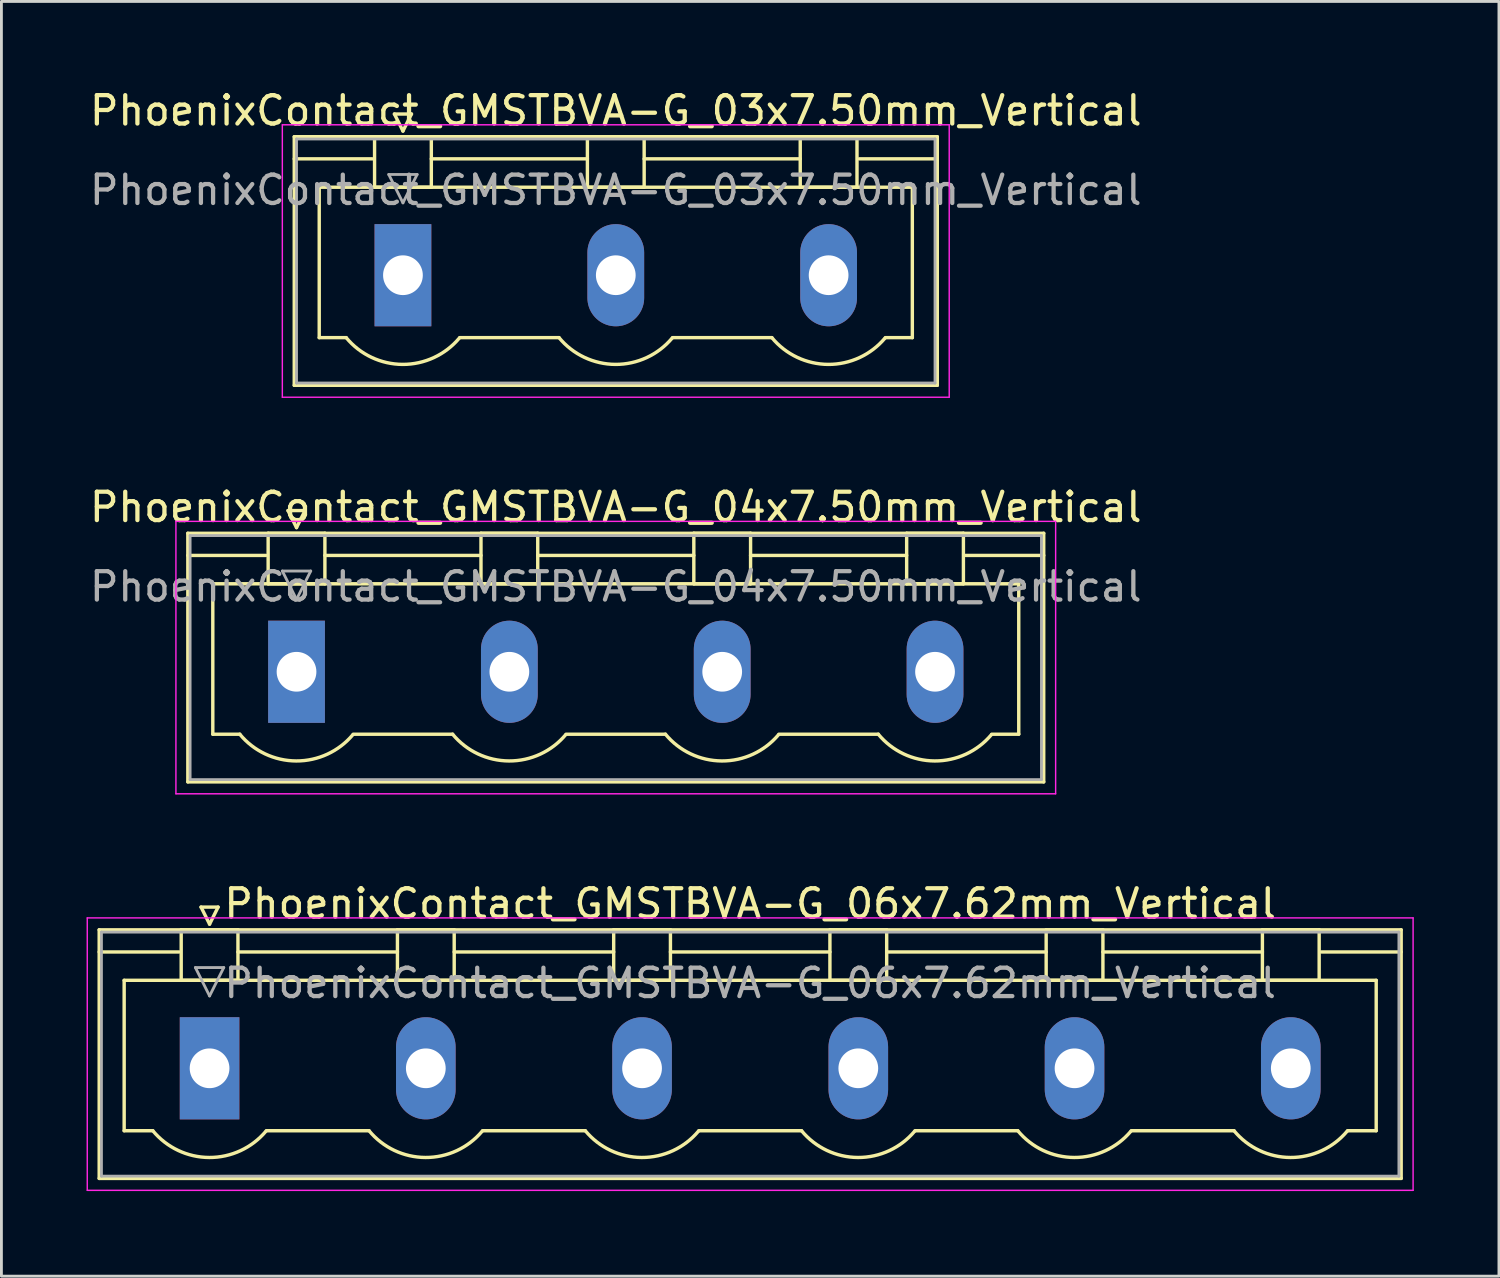
<source format=kicad_pcb>
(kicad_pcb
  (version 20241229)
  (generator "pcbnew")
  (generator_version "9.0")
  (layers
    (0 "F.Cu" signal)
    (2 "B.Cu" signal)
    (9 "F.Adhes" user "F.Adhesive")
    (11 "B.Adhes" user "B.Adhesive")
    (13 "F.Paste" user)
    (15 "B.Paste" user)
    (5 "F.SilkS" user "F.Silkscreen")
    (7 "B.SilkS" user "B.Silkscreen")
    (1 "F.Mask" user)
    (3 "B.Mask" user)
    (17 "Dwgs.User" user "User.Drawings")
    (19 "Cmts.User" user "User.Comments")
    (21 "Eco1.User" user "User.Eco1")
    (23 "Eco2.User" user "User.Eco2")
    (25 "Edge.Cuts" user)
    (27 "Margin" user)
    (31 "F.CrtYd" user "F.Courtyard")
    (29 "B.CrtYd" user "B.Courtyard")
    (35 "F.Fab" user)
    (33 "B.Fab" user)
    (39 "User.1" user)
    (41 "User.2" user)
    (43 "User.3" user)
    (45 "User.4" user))
  (footprint "PhoenixContact_GMSTBVA-G_03x7.50mm_Vertical"
    (layer "F.Cu")
    (at 11.149 6.648)
    (property "Reference" "PhoenixContact_GMSTBVA-G_03x7.50mm_Vertical" (at 7.5 -5.8 0) (layer "F.SilkS") (effects (font (size 1 1) (thickness 0.15))))
    (attr through_hole)
    (fp_line (start -3.83 -4.88) (end -3.83 3.88) (stroke (width 0.12) (type solid)) (layer "F.SilkS"))
    (fp_line (start -3.83 -4.1) (end -1.08 -4.1) (stroke (width 0.12) (type solid)) (layer "F.SilkS"))
    (fp_line (start -3.83 3.88) (end 18.83 3.88) (stroke (width 0.12) (type solid)) (layer "F.SilkS"))
    (fp_line (start -2.95 -3.1) (end 17.95 -3.1) (stroke (width 0.12) (type solid)) (layer "F.SilkS"))
    (fp_line (start -2.95 2.2) (end -2.95 -3.1) (stroke (width 0.12) (type solid)) (layer "F.SilkS"))
    (fp_line (start -2 2.2) (end -2.95 2.2) (stroke (width 0.12) (type solid)) (layer "F.SilkS"))
    (fp_line (start -1 -4.88) (end 1 -4.88) (stroke (width 0.12) (type solid)) (layer "F.SilkS"))
    (fp_line (start -1 -3.1) (end -1 -4.88) (stroke (width 0.12) (type solid)) (layer "F.SilkS"))
    (fp_line (start -0.3 -5.68) (end 0.3 -5.68) (stroke (width 0.12) (type solid)) (layer "F.SilkS"))
    (fp_line (start 0 -5.08) (end -0.3 -5.68) (stroke (width 0.12) (type solid)) (layer "F.SilkS"))
    (fp_line (start 0.3 -5.68) (end 0 -5.08) (stroke (width 0.12) (type solid)) (layer "F.SilkS"))
    (fp_line (start 1 -4.88) (end 1 -3.1) (stroke (width 0.12) (type solid)) (layer "F.SilkS"))
    (fp_line (start 1 -4.1) (end 6.5 -4.1) (stroke (width 0.12) (type solid)) (layer "F.SilkS"))
    (fp_line (start 1 -3.1) (end -1 -3.1) (stroke (width 0.12) (type solid)) (layer "F.SilkS"))
    (fp_line (start 2 2.2) (end 5.5 2.2) (stroke (width 0.12) (type solid)) (layer "F.SilkS"))
    (fp_line (start 6.5 -4.88) (end 8.5 -4.88) (stroke (width 0.12) (type solid)) (layer "F.SilkS"))
    (fp_line (start 6.5 -3.1) (end 6.5 -4.88) (stroke (width 0.12) (type solid)) (layer "F.SilkS"))
    (fp_line (start 8.5 -4.88) (end 8.5 -3.1) (stroke (width 0.12) (type solid)) (layer "F.SilkS"))
    (fp_line (start 8.5 -4.1) (end 14 -4.1) (stroke (width 0.12) (type solid)) (layer "F.SilkS"))
    (fp_line (start 8.5 -3.1) (end 6.5 -3.1) (stroke (width 0.12) (type solid)) (layer "F.SilkS"))
    (fp_line (start 9.5 2.2) (end 13 2.2) (stroke (width 0.12) (type solid)) (layer "F.SilkS"))
    (fp_line (start 14 -4.88) (end 16 -4.88) (stroke (width 0.12) (type solid)) (layer "F.SilkS"))
    (fp_line (start 14 -3.1) (end 14 -4.88) (stroke (width 0.12) (type solid)) (layer "F.SilkS"))
    (fp_line (start 16 -4.88) (end 16 -3.1) (stroke (width 0.12) (type solid)) (layer "F.SilkS"))
    (fp_line (start 16 -3.1) (end 14 -3.1) (stroke (width 0.12) (type solid)) (layer "F.SilkS"))
    (fp_line (start 17.95 -3.1) (end 17.95 2.2) (stroke (width 0.12) (type solid)) (layer "F.SilkS"))
    (fp_line (start 17.95 2.2) (end 17 2.2) (stroke (width 0.12) (type solid)) (layer "F.SilkS"))
    (fp_line (start 18.83 -4.88) (end -3.83 -4.88) (stroke (width 0.12) (type solid)) (layer "F.SilkS"))
    (fp_line (start 18.83 -4.1) (end 16.08 -4.1) (stroke (width 0.12) (type solid)) (layer "F.SilkS"))
    (fp_line (start 18.83 3.88) (end 18.83 -4.88) (stroke (width 0.12) (type solid)) (layer "F.SilkS"))
    (fp_arc (start 1.986842 2.215821) (mid -0.010289 3.142758) (end -2 2.2) (stroke (width 0.12) (type solid)) (layer "F.SilkS"))
    (fp_arc (start 9.486842 2.215821) (mid 7.489711 3.142758) (end 5.5 2.2) (stroke (width 0.12) (type solid)) (layer "F.SilkS"))
    (fp_arc (start 16.986842 2.215821) (mid 14.989711 3.142758) (end 13 2.2) (stroke (width 0.12) (type solid)) (layer "F.SilkS"))
    (fp_line (start -4.25 -5.3) (end -4.25 4.3) (stroke (width 0.05) (type solid)) (layer "F.CrtYd"))
    (fp_line (start -4.25 4.3) (end 19.25 4.3) (stroke (width 0.05) (type solid)) (layer "F.CrtYd"))
    (fp_line (start 19.25 -5.3) (end -4.25 -5.3) (stroke (width 0.05) (type solid)) (layer "F.CrtYd"))
    (fp_line (start 19.25 4.3) (end 19.25 -5.3) (stroke (width 0.05) (type solid)) (layer "F.CrtYd"))
    (fp_line (start -3.75 -4.8) (end -3.75 3.8) (stroke (width 0.1) (type solid)) (layer "F.Fab"))
    (fp_line (start -3.75 3.8) (end 18.75 3.8) (stroke (width 0.1) (type solid)) (layer "F.Fab"))
    (fp_line (start -0.5 -3.55) (end 0.5 -3.55) (stroke (width 0.1) (type solid)) (layer "F.Fab"))
    (fp_line (start 0 -2.55) (end -0.5 -3.55) (stroke (width 0.1) (type solid)) (layer "F.Fab"))
    (fp_line (start 0.5 -3.55) (end 0 -2.55) (stroke (width 0.1) (type solid)) (layer "F.Fab"))
    (fp_line (start 18.75 -4.8) (end -3.75 -4.8) (stroke (width 0.1) (type solid)) (layer "F.Fab"))
    (fp_line (start 18.75 3.8) (end 18.75 -4.8) (stroke (width 0.1) (type solid)) (layer "F.Fab"))
    (fp_text user "${REFERENCE}" (at 7.5 -3 0) (layer "F.Fab") (effects (font (size 1 1) (thickness 0.15))))
    (pad "1" thru_hole rect (at 0 0) (size 2 3.6) (drill 1.4) (layers "*.Cu" "*.Mask"))
    (pad "2" thru_hole oval (at 7.5 0) (size 2 3.6) (drill 1.4) (layers "*.Cu" "*.Mask"))
    (pad "3" thru_hole oval (at 15 0) (size 2 3.6) (drill 1.4) (layers "*.Cu" "*.Mask")))
  (footprint "PhoenixContact_GMSTBVA-G_06x7.62mm_Vertical"
    (layer "F.Cu")
    (at 4.335 34.595)
    (property "Reference" "PhoenixContact_GMSTBVA-G_06x7.62mm_Vertical" (at 19.05 -5.8 0) (layer "F.SilkS") (effects (font (size 1 1) (thickness 0.15))))
    (attr through_hole)
    (fp_line (start -3.89 -4.88) (end -3.89 3.88) (stroke (width 0.12) (type solid)) (layer "F.SilkS"))
    (fp_line (start -3.89 -4.1) (end -1.08 -4.1) (stroke (width 0.12) (type solid)) (layer "F.SilkS"))
    (fp_line (start -3.89 3.88) (end 41.99 3.88) (stroke (width 0.12) (type solid)) (layer "F.SilkS"))
    (fp_line (start -3.01 -3.1) (end 41.11 -3.1) (stroke (width 0.12) (type solid)) (layer "F.SilkS"))
    (fp_line (start -3.01 2.2) (end -3.01 -3.1) (stroke (width 0.12) (type solid)) (layer "F.SilkS"))
    (fp_line (start -2 2.2) (end -3.01 2.2) (stroke (width 0.12) (type solid)) (layer "F.SilkS"))
    (fp_line (start -1 -4.88) (end 1 -4.88) (stroke (width 0.12) (type solid)) (layer "F.SilkS"))
    (fp_line (start -1 -3.1) (end -1 -4.88) (stroke (width 0.12) (type solid)) (layer "F.SilkS"))
    (fp_line (start -0.3 -5.68) (end 0.3 -5.68) (stroke (width 0.12) (type solid)) (layer "F.SilkS"))
    (fp_line (start 0 -5.08) (end -0.3 -5.68) (stroke (width 0.12) (type solid)) (layer "F.SilkS"))
    (fp_line (start 0.3 -5.68) (end 0 -5.08) (stroke (width 0.12) (type solid)) (layer "F.SilkS"))
    (fp_line (start 1 -4.88) (end 1 -3.1) (stroke (width 0.12) (type solid)) (layer "F.SilkS"))
    (fp_line (start 1 -4.1) (end 6.62 -4.1) (stroke (width 0.12) (type solid)) (layer "F.SilkS"))
    (fp_line (start 1 -3.1) (end -1 -3.1) (stroke (width 0.12) (type solid)) (layer "F.SilkS"))
    (fp_line (start 2 2.2) (end 5.62 2.2) (stroke (width 0.12) (type solid)) (layer "F.SilkS"))
    (fp_line (start 6.62 -4.88) (end 8.62 -4.88) (stroke (width 0.12) (type solid)) (layer "F.SilkS"))
    (fp_line (start 6.62 -3.1) (end 6.62 -4.88) (stroke (width 0.12) (type solid)) (layer "F.SilkS"))
    (fp_line (start 8.62 -4.88) (end 8.62 -3.1) (stroke (width 0.12) (type solid)) (layer "F.SilkS"))
    (fp_line (start 8.62 -4.1) (end 14.24 -4.1) (stroke (width 0.12) (type solid)) (layer "F.SilkS"))
    (fp_line (start 8.62 -3.1) (end 6.62 -3.1) (stroke (width 0.12) (type solid)) (layer "F.SilkS"))
    (fp_line (start 9.62 2.2) (end 13.24 2.2) (stroke (width 0.12) (type solid)) (layer "F.SilkS"))
    (fp_line (start 14.24 -4.88) (end 16.24 -4.88) (stroke (width 0.12) (type solid)) (layer "F.SilkS"))
    (fp_line (start 14.24 -3.1) (end 14.24 -4.88) (stroke (width 0.12) (type solid)) (layer "F.SilkS"))
    (fp_line (start 16.24 -4.88) (end 16.24 -3.1) (stroke (width 0.12) (type solid)) (layer "F.SilkS"))
    (fp_line (start 16.24 -4.1) (end 21.86 -4.1) (stroke (width 0.12) (type solid)) (layer "F.SilkS"))
    (fp_line (start 16.24 -3.1) (end 14.24 -3.1) (stroke (width 0.12) (type solid)) (layer "F.SilkS"))
    (fp_line (start 17.24 2.2) (end 20.86 2.2) (stroke (width 0.12) (type solid)) (layer "F.SilkS"))
    (fp_line (start 21.86 -4.88) (end 23.86 -4.88) (stroke (width 0.12) (type solid)) (layer "F.SilkS"))
    (fp_line (start 21.86 -3.1) (end 21.86 -4.88) (stroke (width 0.12) (type solid)) (layer "F.SilkS"))
    (fp_line (start 23.86 -4.88) (end 23.86 -3.1) (stroke (width 0.12) (type solid)) (layer "F.SilkS"))
    (fp_line (start 23.86 -4.1) (end 29.48 -4.1) (stroke (width 0.12) (type solid)) (layer "F.SilkS"))
    (fp_line (start 23.86 -3.1) (end 21.86 -3.1) (stroke (width 0.12) (type solid)) (layer "F.SilkS"))
    (fp_line (start 24.86 2.2) (end 28.48 2.2) (stroke (width 0.12) (type solid)) (layer "F.SilkS"))
    (fp_line (start 29.48 -4.88) (end 31.48 -4.88) (stroke (width 0.12) (type solid)) (layer "F.SilkS"))
    (fp_line (start 29.48 -3.1) (end 29.48 -4.88) (stroke (width 0.12) (type solid)) (layer "F.SilkS"))
    (fp_line (start 31.48 -4.88) (end 31.48 -3.1) (stroke (width 0.12) (type solid)) (layer "F.SilkS"))
    (fp_line (start 31.48 -4.1) (end 37.1 -4.1) (stroke (width 0.12) (type solid)) (layer "F.SilkS"))
    (fp_line (start 31.48 -3.1) (end 29.48 -3.1) (stroke (width 0.12) (type solid)) (layer "F.SilkS"))
    (fp_line (start 32.48 2.2) (end 36.1 2.2) (stroke (width 0.12) (type solid)) (layer "F.SilkS"))
    (fp_line (start 37.1 -4.88) (end 39.1 -4.88) (stroke (width 0.12) (type solid)) (layer "F.SilkS"))
    (fp_line (start 37.1 -3.1) (end 37.1 -4.88) (stroke (width 0.12) (type solid)) (layer "F.SilkS"))
    (fp_line (start 39.1 -4.88) (end 39.1 -3.1) (stroke (width 0.12) (type solid)) (layer "F.SilkS"))
    (fp_line (start 39.1 -3.1) (end 37.1 -3.1) (stroke (width 0.12) (type solid)) (layer "F.SilkS"))
    (fp_line (start 41.11 -3.1) (end 41.11 2.2) (stroke (width 0.12) (type solid)) (layer "F.SilkS"))
    (fp_line (start 41.11 2.2) (end 40.1 2.2) (stroke (width 0.12) (type solid)) (layer "F.SilkS"))
    (fp_line (start 41.99 -4.88) (end -3.89 -4.88) (stroke (width 0.12) (type solid)) (layer "F.SilkS"))
    (fp_line (start 41.99 -4.1) (end 39.18 -4.1) (stroke (width 0.12) (type solid)) (layer "F.SilkS"))
    (fp_line (start 41.99 3.88) (end 41.99 -4.88) (stroke (width 0.12) (type solid)) (layer "F.SilkS"))
    (fp_arc (start 1.986842 2.215821) (mid -0.010289 3.142758) (end -2 2.2) (stroke (width 0.12) (type solid)) (layer "F.SilkS"))
    (fp_arc (start 9.606842 2.215821) (mid 7.609711 3.142758) (end 5.62 2.2) (stroke (width 0.12) (type solid)) (layer "F.SilkS"))
    (fp_arc (start 17.226842 2.215821) (mid 15.229711 3.142758) (end 13.24 2.2) (stroke (width 0.12) (type solid)) (layer "F.SilkS"))
    (fp_arc (start 24.846842 2.215821) (mid 22.849711 3.142758) (end 20.86 2.2) (stroke (width 0.12) (type solid)) (layer "F.SilkS"))
    (fp_arc (start 32.466842 2.215821) (mid 30.469711 3.142758) (end 28.48 2.2) (stroke (width 0.12) (type solid)) (layer "F.SilkS"))
    (fp_arc (start 40.086842 2.215821) (mid 38.089711 3.142758) (end 36.1 2.2) (stroke (width 0.12) (type solid)) (layer "F.SilkS"))
    (fp_line (start -4.31 -5.3) (end -4.31 4.3) (stroke (width 0.05) (type solid)) (layer "F.CrtYd"))
    (fp_line (start -4.31 4.3) (end 42.41 4.3) (stroke (width 0.05) (type solid)) (layer "F.CrtYd"))
    (fp_line (start 42.41 -5.3) (end -4.31 -5.3) (stroke (width 0.05) (type solid)) (layer "F.CrtYd"))
    (fp_line (start 42.41 4.3) (end 42.41 -5.3) (stroke (width 0.05) (type solid)) (layer "F.CrtYd"))
    (fp_line (start -3.81 -4.8) (end -3.81 3.8) (stroke (width 0.1) (type solid)) (layer "F.Fab"))
    (fp_line (start -3.81 3.8) (end 41.91 3.8) (stroke (width 0.1) (type solid)) (layer "F.Fab"))
    (fp_line (start -0.5 -3.55) (end 0.5 -3.55) (stroke (width 0.1) (type solid)) (layer "F.Fab"))
    (fp_line (start 0 -2.55) (end -0.5 -3.55) (stroke (width 0.1) (type solid)) (layer "F.Fab"))
    (fp_line (start 0.5 -3.55) (end 0 -2.55) (stroke (width 0.1) (type solid)) (layer "F.Fab"))
    (fp_line (start 41.91 -4.8) (end -3.81 -4.8) (stroke (width 0.1) (type solid)) (layer "F.Fab"))
    (fp_line (start 41.91 3.8) (end 41.91 -4.8) (stroke (width 0.1) (type solid)) (layer "F.Fab"))
    (fp_text user "${REFERENCE}" (at 19.05 -3 0) (layer "F.Fab") (effects (font (size 1 1) (thickness 0.15))))
    (pad "1" thru_hole rect (at 0 0) (size 2.1 3.6) (drill 1.4) (layers "*.Cu" "*.Mask"))
    (pad "2" thru_hole oval (at 7.62 0) (size 2.1 3.6) (drill 1.4) (layers "*.Cu" "*.Mask"))
    (pad "3" thru_hole oval (at 15.24 0) (size 2.1 3.6) (drill 1.4) (layers "*.Cu" "*.Mask"))
    (pad "4" thru_hole oval (at 22.86 0) (size 2.1 3.6) (drill 1.4) (layers "*.Cu" "*.Mask"))
    (pad "5" thru_hole oval (at 30.48 0) (size 2.1 3.6) (drill 1.4) (layers "*.Cu" "*.Mask"))
    (pad "6" thru_hole oval (at 38.1 0) (size 2.1 3.6) (drill 1.4) (layers "*.Cu" "*.Mask")))
  (footprint "PhoenixContact_GMSTBVA-G_04x7.50mm_Vertical"
    (layer "F.Cu")
    (at 7.399 20.622)
    (property "Reference" "PhoenixContact_GMSTBVA-G_04x7.50mm_Vertical" (at 11.25 -5.8 0) (layer "F.SilkS") (effects (font (size 1 1) (thickness 0.15))))
    (attr through_hole)
    (fp_line (start -3.83 -4.88) (end -3.83 3.88) (stroke (width 0.12) (type solid)) (layer "F.SilkS"))
    (fp_line (start -3.83 -4.1) (end -1.08 -4.1) (stroke (width 0.12) (type solid)) (layer "F.SilkS"))
    (fp_line (start -3.83 3.88) (end 26.33 3.88) (stroke (width 0.12) (type solid)) (layer "F.SilkS"))
    (fp_line (start -2.95 -3.1) (end 25.45 -3.1) (stroke (width 0.12) (type solid)) (layer "F.SilkS"))
    (fp_line (start -2.95 2.2) (end -2.95 -3.1) (stroke (width 0.12) (type solid)) (layer "F.SilkS"))
    (fp_line (start -2 2.2) (end -2.95 2.2) (stroke (width 0.12) (type solid)) (layer "F.SilkS"))
    (fp_line (start -1 -4.88) (end 1 -4.88) (stroke (width 0.12) (type solid)) (layer "F.SilkS"))
    (fp_line (start -1 -3.1) (end -1 -4.88) (stroke (width 0.12) (type solid)) (layer "F.SilkS"))
    (fp_line (start -0.3 -5.68) (end 0.3 -5.68) (stroke (width 0.12) (type solid)) (layer "F.SilkS"))
    (fp_line (start 0 -5.08) (end -0.3 -5.68) (stroke (width 0.12) (type solid)) (layer "F.SilkS"))
    (fp_line (start 0.3 -5.68) (end 0 -5.08) (stroke (width 0.12) (type solid)) (layer "F.SilkS"))
    (fp_line (start 1 -4.88) (end 1 -3.1) (stroke (width 0.12) (type solid)) (layer "F.SilkS"))
    (fp_line (start 1 -4.1) (end 6.5 -4.1) (stroke (width 0.12) (type solid)) (layer "F.SilkS"))
    (fp_line (start 1 -3.1) (end -1 -3.1) (stroke (width 0.12) (type solid)) (layer "F.SilkS"))
    (fp_line (start 2 2.2) (end 5.5 2.2) (stroke (width 0.12) (type solid)) (layer "F.SilkS"))
    (fp_line (start 6.5 -4.88) (end 8.5 -4.88) (stroke (width 0.12) (type solid)) (layer "F.SilkS"))
    (fp_line (start 6.5 -3.1) (end 6.5 -4.88) (stroke (width 0.12) (type solid)) (layer "F.SilkS"))
    (fp_line (start 8.5 -4.88) (end 8.5 -3.1) (stroke (width 0.12) (type solid)) (layer "F.SilkS"))
    (fp_line (start 8.5 -4.1) (end 14 -4.1) (stroke (width 0.12) (type solid)) (layer "F.SilkS"))
    (fp_line (start 8.5 -3.1) (end 6.5 -3.1) (stroke (width 0.12) (type solid)) (layer "F.SilkS"))
    (fp_line (start 9.5 2.2) (end 13 2.2) (stroke (width 0.12) (type solid)) (layer "F.SilkS"))
    (fp_line (start 14 -4.88) (end 16 -4.88) (stroke (width 0.12) (type solid)) (layer "F.SilkS"))
    (fp_line (start 14 -3.1) (end 14 -4.88) (stroke (width 0.12) (type solid)) (layer "F.SilkS"))
    (fp_line (start 16 -4.88) (end 16 -3.1) (stroke (width 0.12) (type solid)) (layer "F.SilkS"))
    (fp_line (start 16 -4.1) (end 21.5 -4.1) (stroke (width 0.12) (type solid)) (layer "F.SilkS"))
    (fp_line (start 16 -3.1) (end 14 -3.1) (stroke (width 0.12) (type solid)) (layer "F.SilkS"))
    (fp_line (start 17 2.2) (end 20.5 2.2) (stroke (width 0.12) (type solid)) (layer "F.SilkS"))
    (fp_line (start 21.5 -4.88) (end 23.5 -4.88) (stroke (width 0.12) (type solid)) (layer "F.SilkS"))
    (fp_line (start 21.5 -3.1) (end 21.5 -4.88) (stroke (width 0.12) (type solid)) (layer "F.SilkS"))
    (fp_line (start 23.5 -4.88) (end 23.5 -3.1) (stroke (width 0.12) (type solid)) (layer "F.SilkS"))
    (fp_line (start 23.5 -3.1) (end 21.5 -3.1) (stroke (width 0.12) (type solid)) (layer "F.SilkS"))
    (fp_line (start 25.45 -3.1) (end 25.45 2.2) (stroke (width 0.12) (type solid)) (layer "F.SilkS"))
    (fp_line (start 25.45 2.2) (end 24.5 2.2) (stroke (width 0.12) (type solid)) (layer "F.SilkS"))
    (fp_line (start 26.33 -4.88) (end -3.83 -4.88) (stroke (width 0.12) (type solid)) (layer "F.SilkS"))
    (fp_line (start 26.33 -4.1) (end 23.58 -4.1) (stroke (width 0.12) (type solid)) (layer "F.SilkS"))
    (fp_line (start 26.33 3.88) (end 26.33 -4.88) (stroke (width 0.12) (type solid)) (layer "F.SilkS"))
    (fp_arc (start 1.986842 2.215821) (mid -0.010289 3.142758) (end -2 2.2) (stroke (width 0.12) (type solid)) (layer "F.SilkS"))
    (fp_arc (start 9.486842 2.215821) (mid 7.489711 3.142758) (end 5.5 2.2) (stroke (width 0.12) (type solid)) (layer "F.SilkS"))
    (fp_arc (start 16.986842 2.215821) (mid 14.989711 3.142758) (end 13 2.2) (stroke (width 0.12) (type solid)) (layer "F.SilkS"))
    (fp_arc (start 24.486842 2.215821) (mid 22.489711 3.142758) (end 20.5 2.2) (stroke (width 0.12) (type solid)) (layer "F.SilkS"))
    (fp_line (start -4.25 -5.3) (end -4.25 4.3) (stroke (width 0.05) (type solid)) (layer "F.CrtYd"))
    (fp_line (start -4.25 4.3) (end 26.75 4.3) (stroke (width 0.05) (type solid)) (layer "F.CrtYd"))
    (fp_line (start 26.75 -5.3) (end -4.25 -5.3) (stroke (width 0.05) (type solid)) (layer "F.CrtYd"))
    (fp_line (start 26.75 4.3) (end 26.75 -5.3) (stroke (width 0.05) (type solid)) (layer "F.CrtYd"))
    (fp_line (start -3.75 -4.8) (end -3.75 3.8) (stroke (width 0.1) (type solid)) (layer "F.Fab"))
    (fp_line (start -3.75 3.8) (end 26.25 3.8) (stroke (width 0.1) (type solid)) (layer "F.Fab"))
    (fp_line (start -0.5 -3.55) (end 0.5 -3.55) (stroke (width 0.1) (type solid)) (layer "F.Fab"))
    (fp_line (start 0 -2.55) (end -0.5 -3.55) (stroke (width 0.1) (type solid)) (layer "F.Fab"))
    (fp_line (start 0.5 -3.55) (end 0 -2.55) (stroke (width 0.1) (type solid)) (layer "F.Fab"))
    (fp_line (start 26.25 -4.8) (end -3.75 -4.8) (stroke (width 0.1) (type solid)) (layer "F.Fab"))
    (fp_line (start 26.25 3.8) (end 26.25 -4.8) (stroke (width 0.1) (type solid)) (layer "F.Fab"))
    (fp_text user "${REFERENCE}" (at 11.25 -3 0) (layer "F.Fab") (effects (font (size 1 1) (thickness 0.15))))
    (pad "1" thru_hole rect (at 0 0) (size 2 3.6) (drill 1.4) (layers "*.Cu" "*.Mask"))
    (pad "2" thru_hole oval (at 7.5 0) (size 2 3.6) (drill 1.4) (layers "*.Cu" "*.Mask"))
    (pad "3" thru_hole oval (at 15 0) (size 2 3.6) (drill 1.4) (layers "*.Cu" "*.Mask"))
    (pad "4" thru_hole oval (at 22.5 0) (size 2 3.6) (drill 1.4) (layers "*.Cu" "*.Mask")))
  (gr_rect
    (start -3 -3)
    (end 49.77 41.92)
    (stroke (width 0.1) (type default))
    (fill no)
    (layer "Edge.Cuts")))
</source>
